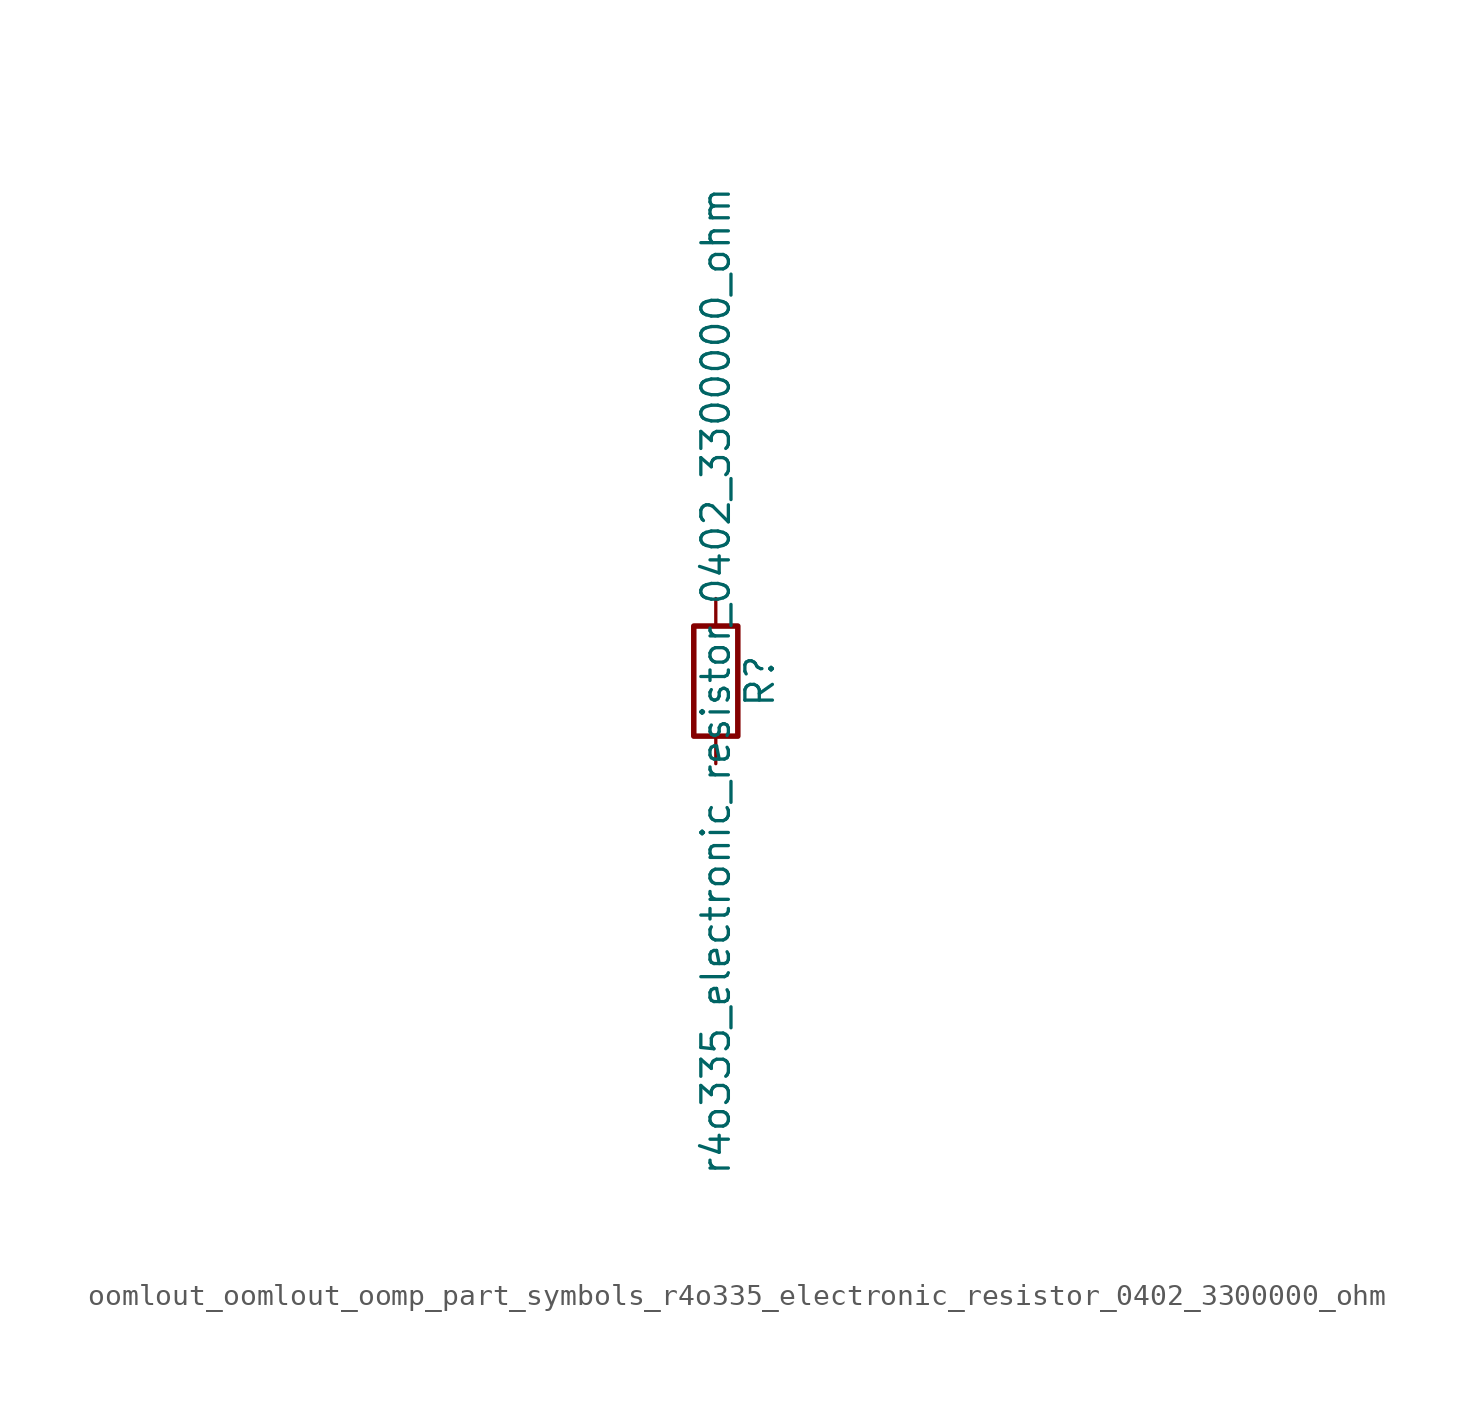
<source format=kicad_sym>
(kicad_symbol_lib
  (version 20220914)
  (generator kicad_symbol_editor)
  (symbol "oomlout_oomlout_oomp_part_symbols_r4o335_electronic_resistor_0402_3300000_ohm"
    (pin_numbers hide)
    (pin_names
      (offset 0))
    (property "Reference" "R"
      (at 2.032 0 90)
      (effects (font (size 1.27 1.27))))
    (property "Value" "r4o335_electronic_resistor_0402_3300000_ohm"
      (at 0 0 90)
      (effects (font (size 1.27 1.27))))
    (symbol "oomlout_oomlout_oomp_part_symbols_r4o335_electronic_resistor_0402_3300000_ohm_0_1"
      (rectangle (start -1.016 -2.54) (end 1.016 2.54) (stroke (width 0.254) (type default)) (fill (type none))))
    (symbol "oomlout_oomlout_oomp_part_symbols_r4o335_electronic_resistor_0402_3300000_ohm_1_1"
      (pin passive line (at 0 3.81 270) (length 1.27) (name "~" (effects (font (size 1.27 1.27)))) (number "1" (effects (font (size 1.27 1.27)))))
      (pin passive line (at 0 -3.81 90) (length 1.27) (name "~" (effects (font (size 1.27 1.27)))) (number "2" (effects (font (size 1.27 1.27))))))))
</source>
